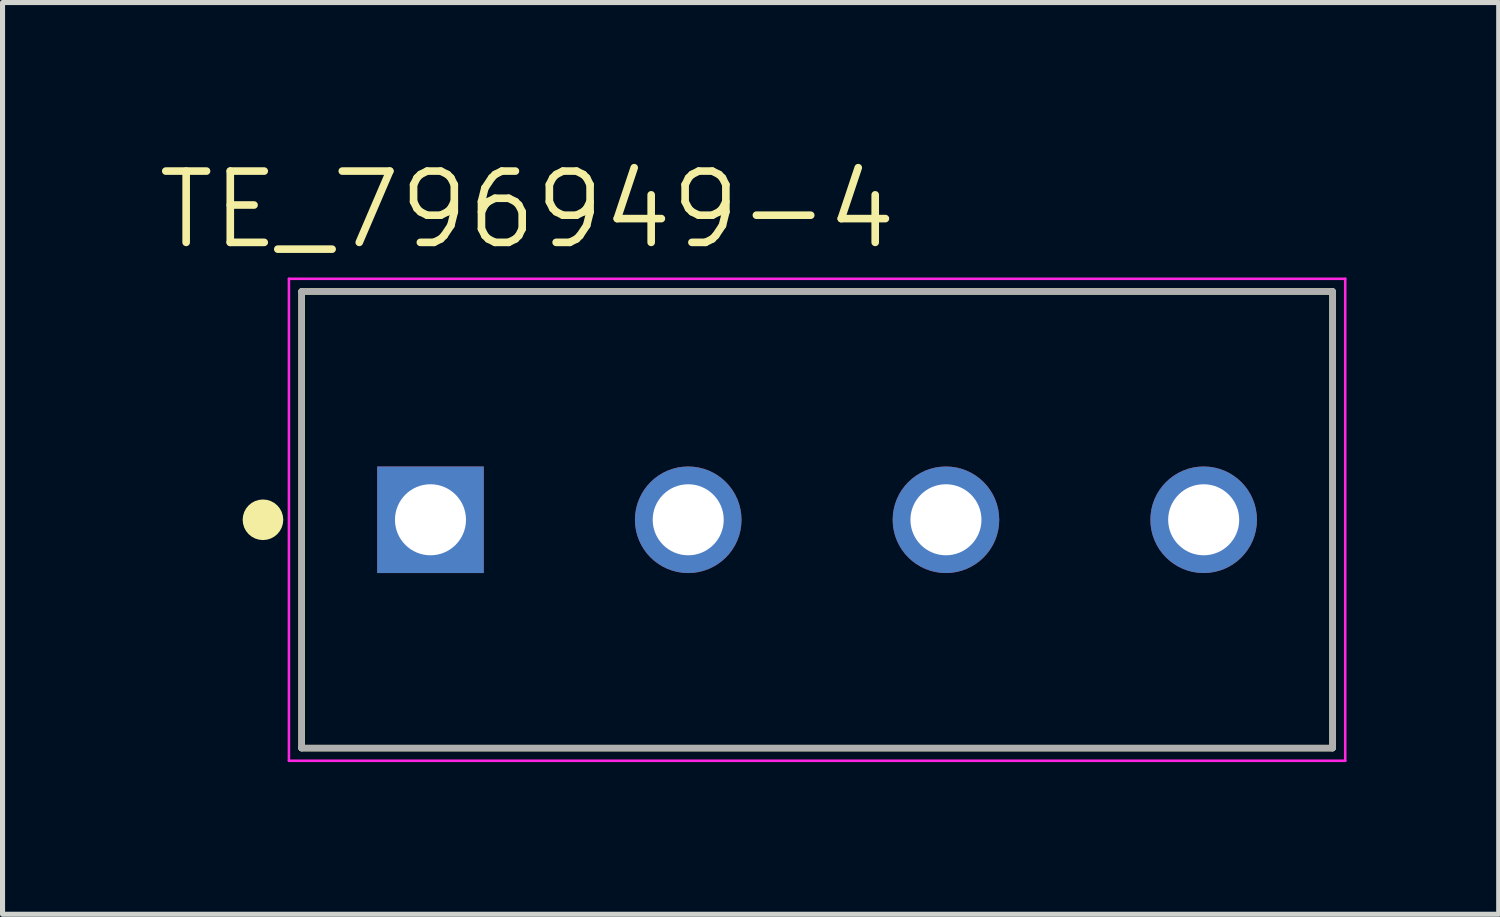
<source format=kicad_pcb>
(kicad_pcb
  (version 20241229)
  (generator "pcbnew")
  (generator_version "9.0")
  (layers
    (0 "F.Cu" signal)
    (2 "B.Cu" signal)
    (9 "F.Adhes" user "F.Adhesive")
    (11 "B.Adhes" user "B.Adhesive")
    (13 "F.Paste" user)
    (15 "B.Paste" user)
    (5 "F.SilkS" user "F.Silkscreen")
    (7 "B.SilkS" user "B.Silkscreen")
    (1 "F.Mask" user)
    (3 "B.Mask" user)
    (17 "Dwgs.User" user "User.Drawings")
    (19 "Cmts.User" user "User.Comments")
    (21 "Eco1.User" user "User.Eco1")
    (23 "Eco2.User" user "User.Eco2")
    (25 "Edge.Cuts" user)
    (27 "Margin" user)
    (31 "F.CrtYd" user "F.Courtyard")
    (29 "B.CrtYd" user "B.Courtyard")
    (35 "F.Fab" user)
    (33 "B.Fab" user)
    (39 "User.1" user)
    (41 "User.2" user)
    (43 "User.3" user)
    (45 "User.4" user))
  (footprint "TE_796949-4"
    (layer "F.Cu")
    (at 5.435 7.195)
    (property "Reference" "TE_796949-4" (at 1.908 -6.11 0) (layer "F.SilkS") (effects (font (size 1.405 1.405) (thickness 0.15))))
    (attr through_hole)
    (fp_line (start -2.54 -4.5) (end -2.54 4.5) (stroke (width 0.127) (type solid)) (layer "F.SilkS"))
    (fp_line (start -2.54 4.5) (end 17.78 4.5) (stroke (width 0.127) (type solid)) (layer "F.SilkS"))
    (fp_line (start 17.78 -4.5) (end -2.54 -4.5) (stroke (width 0.127) (type solid)) (layer "F.SilkS"))
    (fp_line (start 17.78 4.5) (end 17.78 -4.5) (stroke (width 0.127) (type solid)) (layer "F.SilkS"))
    (fp_circle (center -3.302 0) (end -3.102 0) (stroke (width 0.4) (type solid)) (fill no) (layer "F.SilkS"))
    (fp_line (start -2.79 -4.75) (end -2.79 4.75) (stroke (width 0.05) (type solid)) (layer "F.CrtYd"))
    (fp_line (start -2.79 4.75) (end 18.03 4.75) (stroke (width 0.05) (type solid)) (layer "F.CrtYd"))
    (fp_line (start 18.03 -4.75) (end -2.79 -4.75) (stroke (width 0.05) (type solid)) (layer "F.CrtYd"))
    (fp_line (start 18.03 4.75) (end 18.03 -4.75) (stroke (width 0.05) (type solid)) (layer "F.CrtYd"))
    (fp_line (start -2.54 -4.5) (end -2.54 4.5) (stroke (width 0.127) (type solid)) (layer "F.Fab"))
    (fp_line (start -2.54 4.5) (end 17.78 4.5) (stroke (width 0.127) (type solid)) (layer "F.Fab"))
    (fp_line (start 17.78 -4.5) (end -2.54 -4.5) (stroke (width 0.127) (type solid)) (layer "F.Fab"))
    (fp_line (start 17.78 4.5) (end 17.78 -4.5) (stroke (width 0.127) (type solid)) (layer "F.Fab"))
    (pad "1" thru_hole rect (at 0 0) (size 2.1 2.1) (drill 1.4) (layers "*.Cu" "*.Mask"))
    (pad "2" thru_hole circle (at 5.08 0) (size 2.1 2.1) (drill 1.4) (layers "*.Cu" "*.Mask"))
    (pad "3" thru_hole circle (at 10.16 0) (size 2.1 2.1) (drill 1.4) (layers "*.Cu" "*.Mask"))
    (pad "4" thru_hole circle (at 15.24 0) (size 2.1 2.1) (drill 1.4) (layers "*.Cu" "*.Mask")))
  (gr_rect
    (start -3 -3)
    (end 26.49 14.97)
    (stroke (width 0.1) (type default))
    (fill no)
    (layer "Edge.Cuts")))
</source>
